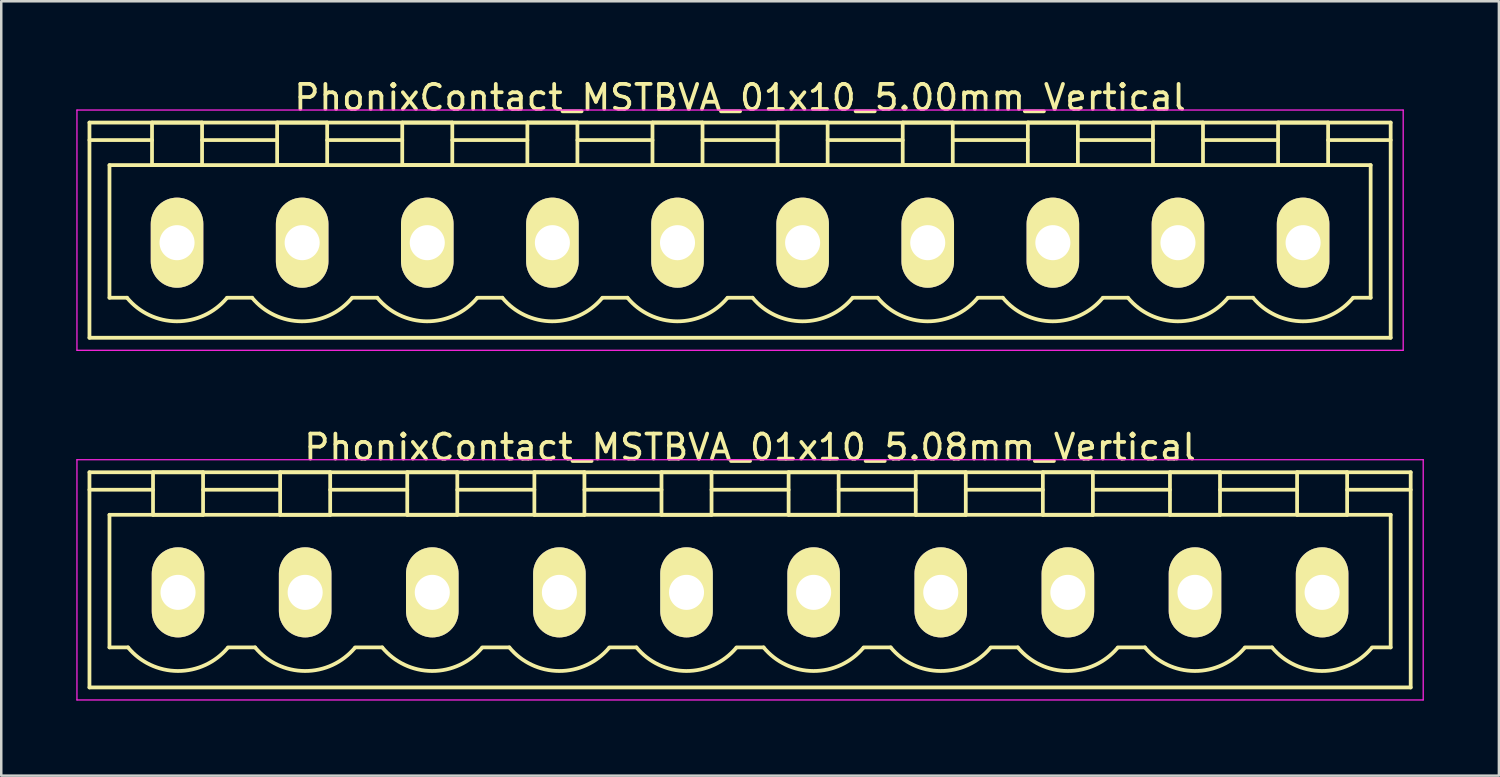
<source format=kicad_pcb>
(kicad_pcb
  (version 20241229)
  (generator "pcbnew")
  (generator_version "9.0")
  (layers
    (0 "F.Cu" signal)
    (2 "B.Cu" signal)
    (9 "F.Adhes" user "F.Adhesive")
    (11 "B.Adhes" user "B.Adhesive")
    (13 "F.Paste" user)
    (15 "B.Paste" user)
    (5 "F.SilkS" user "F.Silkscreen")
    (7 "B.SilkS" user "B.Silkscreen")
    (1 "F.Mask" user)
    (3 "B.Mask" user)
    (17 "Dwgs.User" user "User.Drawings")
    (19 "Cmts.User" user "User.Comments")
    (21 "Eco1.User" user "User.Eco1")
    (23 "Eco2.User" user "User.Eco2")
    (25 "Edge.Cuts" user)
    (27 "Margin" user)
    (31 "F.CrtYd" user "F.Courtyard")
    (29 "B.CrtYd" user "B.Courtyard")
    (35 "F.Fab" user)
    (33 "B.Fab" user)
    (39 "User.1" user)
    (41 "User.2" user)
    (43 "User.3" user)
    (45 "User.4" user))
  (footprint "PhonixContact_MSTBVA_01x10_5.08mm_Vertical"
    (layer "F.Cu")
    (at 4.065 20.622)
    (property "Reference" "PhonixContact_MSTBVA_01x10_5.08mm_Vertical" (at 22.86 -5.8 0) (layer "F.SilkS") (effects (font (size 1 1) (thickness 0.15))))
    (attr through_hole)
    (fp_line (start -3.54 -4.8) (end -3.54 3.8) (stroke (width 0.15) (type solid)) (layer "F.SilkS"))
    (fp_line (start -3.54 -4.1) (end -1 -4.1) (stroke (width 0.15) (type solid)) (layer "F.SilkS"))
    (fp_line (start -3.54 3.8) (end 49.26 3.8) (stroke (width 0.15) (type solid)) (layer "F.SilkS"))
    (fp_line (start -2.74 -3.1) (end 48.46 -3.1) (stroke (width 0.15) (type solid)) (layer "F.SilkS"))
    (fp_line (start -2.74 2.2) (end -2.74 -3.1) (stroke (width 0.15) (type solid)) (layer "F.SilkS"))
    (fp_line (start -2 2.2) (end -2.74 2.2) (stroke (width 0.15) (type solid)) (layer "F.SilkS"))
    (fp_line (start -1 -4.8) (end 1 -4.8) (stroke (width 0.15) (type solid)) (layer "F.SilkS"))
    (fp_line (start -1 -3.1) (end -1 -4.8) (stroke (width 0.15) (type solid)) (layer "F.SilkS"))
    (fp_line (start 1 -4.8) (end 1 -3.1) (stroke (width 0.15) (type solid)) (layer "F.SilkS"))
    (fp_line (start 1 -4.1) (end 4.08 -4.1) (stroke (width 0.15) (type solid)) (layer "F.SilkS"))
    (fp_line (start 1 -3.1) (end -1 -3.1) (stroke (width 0.15) (type solid)) (layer "F.SilkS"))
    (fp_line (start 2 2.2) (end 3.08 2.2) (stroke (width 0.15) (type solid)) (layer "F.SilkS"))
    (fp_line (start 4.08 -4.8) (end 6.08 -4.8) (stroke (width 0.15) (type solid)) (layer "F.SilkS"))
    (fp_line (start 4.08 -3.1) (end 4.08 -4.8) (stroke (width 0.15) (type solid)) (layer "F.SilkS"))
    (fp_line (start 6.08 -4.8) (end 6.08 -3.1) (stroke (width 0.15) (type solid)) (layer "F.SilkS"))
    (fp_line (start 6.08 -4.1) (end 9.16 -4.1) (stroke (width 0.15) (type solid)) (layer "F.SilkS"))
    (fp_line (start 6.08 -3.1) (end 4.08 -3.1) (stroke (width 0.15) (type solid)) (layer "F.SilkS"))
    (fp_line (start 7.08 2.2) (end 8.16 2.2) (stroke (width 0.15) (type solid)) (layer "F.SilkS"))
    (fp_line (start 9.16 -4.8) (end 11.16 -4.8) (stroke (width 0.15) (type solid)) (layer "F.SilkS"))
    (fp_line (start 9.16 -3.1) (end 9.16 -4.8) (stroke (width 0.15) (type solid)) (layer "F.SilkS"))
    (fp_line (start 11.16 -4.8) (end 11.16 -3.1) (stroke (width 0.15) (type solid)) (layer "F.SilkS"))
    (fp_line (start 11.16 -4.1) (end 14.24 -4.1) (stroke (width 0.15) (type solid)) (layer "F.SilkS"))
    (fp_line (start 11.16 -3.1) (end 9.16 -3.1) (stroke (width 0.15) (type solid)) (layer "F.SilkS"))
    (fp_line (start 12.16 2.2) (end 13.24 2.2) (stroke (width 0.15) (type solid)) (layer "F.SilkS"))
    (fp_line (start 14.24 -4.8) (end 16.24 -4.8) (stroke (width 0.15) (type solid)) (layer "F.SilkS"))
    (fp_line (start 14.24 -3.1) (end 14.24 -4.8) (stroke (width 0.15) (type solid)) (layer "F.SilkS"))
    (fp_line (start 16.24 -4.8) (end 16.24 -3.1) (stroke (width 0.15) (type solid)) (layer "F.SilkS"))
    (fp_line (start 16.24 -4.1) (end 19.32 -4.1) (stroke (width 0.15) (type solid)) (layer "F.SilkS"))
    (fp_line (start 16.24 -3.1) (end 14.24 -3.1) (stroke (width 0.15) (type solid)) (layer "F.SilkS"))
    (fp_line (start 17.24 2.2) (end 18.32 2.2) (stroke (width 0.15) (type solid)) (layer "F.SilkS"))
    (fp_line (start 19.32 -4.8) (end 21.32 -4.8) (stroke (width 0.15) (type solid)) (layer "F.SilkS"))
    (fp_line (start 19.32 -3.1) (end 19.32 -4.8) (stroke (width 0.15) (type solid)) (layer "F.SilkS"))
    (fp_line (start 21.32 -4.8) (end 21.32 -3.1) (stroke (width 0.15) (type solid)) (layer "F.SilkS"))
    (fp_line (start 21.32 -4.1) (end 24.4 -4.1) (stroke (width 0.15) (type solid)) (layer "F.SilkS"))
    (fp_line (start 21.32 -3.1) (end 19.32 -3.1) (stroke (width 0.15) (type solid)) (layer "F.SilkS"))
    (fp_line (start 22.32 2.2) (end 23.4 2.2) (stroke (width 0.15) (type solid)) (layer "F.SilkS"))
    (fp_line (start 24.4 -4.8) (end 26.4 -4.8) (stroke (width 0.15) (type solid)) (layer "F.SilkS"))
    (fp_line (start 24.4 -3.1) (end 24.4 -4.8) (stroke (width 0.15) (type solid)) (layer "F.SilkS"))
    (fp_line (start 26.4 -4.8) (end 26.4 -3.1) (stroke (width 0.15) (type solid)) (layer "F.SilkS"))
    (fp_line (start 26.4 -4.1) (end 29.48 -4.1) (stroke (width 0.15) (type solid)) (layer "F.SilkS"))
    (fp_line (start 26.4 -3.1) (end 24.4 -3.1) (stroke (width 0.15) (type solid)) (layer "F.SilkS"))
    (fp_line (start 27.4 2.2) (end 28.48 2.2) (stroke (width 0.15) (type solid)) (layer "F.SilkS"))
    (fp_line (start 29.48 -4.8) (end 31.48 -4.8) (stroke (width 0.15) (type solid)) (layer "F.SilkS"))
    (fp_line (start 29.48 -3.1) (end 29.48 -4.8) (stroke (width 0.15) (type solid)) (layer "F.SilkS"))
    (fp_line (start 31.48 -4.8) (end 31.48 -3.1) (stroke (width 0.15) (type solid)) (layer "F.SilkS"))
    (fp_line (start 31.48 -4.1) (end 34.56 -4.1) (stroke (width 0.15) (type solid)) (layer "F.SilkS"))
    (fp_line (start 31.48 -3.1) (end 29.48 -3.1) (stroke (width 0.15) (type solid)) (layer "F.SilkS"))
    (fp_line (start 32.48 2.2) (end 33.56 2.2) (stroke (width 0.15) (type solid)) (layer "F.SilkS"))
    (fp_line (start 34.56 -4.8) (end 36.56 -4.8) (stroke (width 0.15) (type solid)) (layer "F.SilkS"))
    (fp_line (start 34.56 -3.1) (end 34.56 -4.8) (stroke (width 0.15) (type solid)) (layer "F.SilkS"))
    (fp_line (start 36.56 -4.8) (end 36.56 -3.1) (stroke (width 0.15) (type solid)) (layer "F.SilkS"))
    (fp_line (start 36.56 -4.1) (end 39.64 -4.1) (stroke (width 0.15) (type solid)) (layer "F.SilkS"))
    (fp_line (start 36.56 -3.1) (end 34.56 -3.1) (stroke (width 0.15) (type solid)) (layer "F.SilkS"))
    (fp_line (start 37.56 2.2) (end 38.64 2.2) (stroke (width 0.15) (type solid)) (layer "F.SilkS"))
    (fp_line (start 39.64 -4.8) (end 41.64 -4.8) (stroke (width 0.15) (type solid)) (layer "F.SilkS"))
    (fp_line (start 39.64 -3.1) (end 39.64 -4.8) (stroke (width 0.15) (type solid)) (layer "F.SilkS"))
    (fp_line (start 41.64 -4.8) (end 41.64 -3.1) (stroke (width 0.15) (type solid)) (layer "F.SilkS"))
    (fp_line (start 41.64 -4.1) (end 44.72 -4.1) (stroke (width 0.15) (type solid)) (layer "F.SilkS"))
    (fp_line (start 41.64 -3.1) (end 39.64 -3.1) (stroke (width 0.15) (type solid)) (layer "F.SilkS"))
    (fp_line (start 42.64 2.2) (end 43.72 2.2) (stroke (width 0.15) (type solid)) (layer "F.SilkS"))
    (fp_line (start 44.72 -4.8) (end 46.72 -4.8) (stroke (width 0.15) (type solid)) (layer "F.SilkS"))
    (fp_line (start 44.72 -3.1) (end 44.72 -4.8) (stroke (width 0.15) (type solid)) (layer "F.SilkS"))
    (fp_line (start 46.72 -4.8) (end 46.72 -3.1) (stroke (width 0.15) (type solid)) (layer "F.SilkS"))
    (fp_line (start 46.72 -3.1) (end 44.72 -3.1) (stroke (width 0.15) (type solid)) (layer "F.SilkS"))
    (fp_line (start 48.46 -3.1) (end 48.46 2.2) (stroke (width 0.15) (type solid)) (layer "F.SilkS"))
    (fp_line (start 48.46 2.2) (end 47.72 2.2) (stroke (width 0.15) (type solid)) (layer "F.SilkS"))
    (fp_line (start 49.26 -4.8) (end -3.54 -4.8) (stroke (width 0.15) (type solid)) (layer "F.SilkS"))
    (fp_line (start 49.26 -4.1) (end 46.72 -4.1) (stroke (width 0.15) (type solid)) (layer "F.SilkS"))
    (fp_line (start 49.26 3.8) (end 49.26 -4.8) (stroke (width 0.15) (type solid)) (layer "F.SilkS"))
    (fp_arc (start 1.986842 2.215821) (mid -0.010289 3.142758) (end -2 2.2) (stroke (width 0.15) (type solid)) (layer "F.SilkS"))
    (fp_arc (start 7.066842 2.215821) (mid 5.069711 3.142758) (end 3.08 2.2) (stroke (width 0.15) (type solid)) (layer "F.SilkS"))
    (fp_arc (start 12.146842 2.215821) (mid 10.149711 3.142758) (end 8.16 2.2) (stroke (width 0.15) (type solid)) (layer "F.SilkS"))
    (fp_arc (start 17.226842 2.215821) (mid 15.229711 3.142758) (end 13.24 2.2) (stroke (width 0.15) (type solid)) (layer "F.SilkS"))
    (fp_arc (start 22.306842 2.215821) (mid 20.309711 3.142758) (end 18.32 2.2) (stroke (width 0.15) (type solid)) (layer "F.SilkS"))
    (fp_arc (start 27.386842 2.215821) (mid 25.389711 3.142758) (end 23.4 2.2) (stroke (width 0.15) (type solid)) (layer "F.SilkS"))
    (fp_arc (start 32.466842 2.215821) (mid 30.469711 3.142758) (end 28.48 2.2) (stroke (width 0.15) (type solid)) (layer "F.SilkS"))
    (fp_arc (start 37.546842 2.215821) (mid 35.549711 3.142758) (end 33.56 2.2) (stroke (width 0.15) (type solid)) (layer "F.SilkS"))
    (fp_arc (start 42.626842 2.215821) (mid 40.629711 3.142758) (end 38.64 2.2) (stroke (width 0.15) (type solid)) (layer "F.SilkS"))
    (fp_arc (start 47.706842 2.215821) (mid 45.709711 3.142758) (end 43.72 2.2) (stroke (width 0.15) (type solid)) (layer "F.SilkS"))
    (fp_line (start -4.04 -5.3) (end -4.04 4.3) (stroke (width 0.05) (type solid)) (layer "F.CrtYd"))
    (fp_line (start -4.04 4.3) (end 49.76 4.3) (stroke (width 0.05) (type solid)) (layer "F.CrtYd"))
    (fp_line (start 49.76 -5.3) (end -4.04 -5.3) (stroke (width 0.05) (type solid)) (layer "F.CrtYd"))
    (fp_line (start 49.76 4.3) (end 49.76 -5.3) (stroke (width 0.05) (type solid)) (layer "F.CrtYd"))
    (pad "1" thru_hole oval (at 0 0) (size 2.1 3.6) (drill 1.4) (layers "*.Cu" "*.Mask" "F.SilkS"))
    (pad "2" thru_hole oval (at 5.08 0) (size 2.1 3.6) (drill 1.4) (layers "*.Cu" "*.Mask" "F.SilkS"))
    (pad "3" thru_hole oval (at 10.16 0) (size 2.1 3.6) (drill 1.4) (layers "*.Cu" "*.Mask" "F.SilkS"))
    (pad "4" thru_hole oval (at 15.24 0) (size 2.1 3.6) (drill 1.4) (layers "*.Cu" "*.Mask" "F.SilkS"))
    (pad "5" thru_hole oval (at 20.32 0) (size 2.1 3.6) (drill 1.4) (layers "*.Cu" "*.Mask" "F.SilkS"))
    (pad "6" thru_hole oval (at 25.4 0) (size 2.1 3.6) (drill 1.4) (layers "*.Cu" "*.Mask" "F.SilkS"))
    (pad "7" thru_hole oval (at 30.48 0) (size 2.1 3.6) (drill 1.4) (layers "*.Cu" "*.Mask" "F.SilkS"))
    (pad "8" thru_hole oval (at 35.56 0) (size 2.1 3.6) (drill 1.4) (layers "*.Cu" "*.Mask" "F.SilkS"))
    (pad "9" thru_hole oval (at 40.64 0) (size 2.1 3.6) (drill 1.4) (layers "*.Cu" "*.Mask" "F.SilkS"))
    (pad "10" thru_hole oval (at 45.72 0) (size 2.1 3.6) (drill 1.4) (layers "*.Cu" "*.Mask" "F.SilkS")))
  (footprint "PhonixContact_MSTBVA_01x10_5.00mm_Vertical"
    (layer "F.Cu")
    (at 4.025 6.648)
    (property "Reference" "PhonixContact_MSTBVA_01x10_5.00mm_Vertical" (at 22.5 -5.8 0) (layer "F.SilkS") (effects (font (size 1 1) (thickness 0.15))))
    (attr through_hole)
    (fp_line (start -3.5 -4.8) (end -3.5 3.8) (stroke (width 0.15) (type solid)) (layer "F.SilkS"))
    (fp_line (start -3.5 -4.1) (end -1 -4.1) (stroke (width 0.15) (type solid)) (layer "F.SilkS"))
    (fp_line (start -3.5 3.8) (end 48.5 3.8) (stroke (width 0.15) (type solid)) (layer "F.SilkS"))
    (fp_line (start -2.7 -3.1) (end 47.7 -3.1) (stroke (width 0.15) (type solid)) (layer "F.SilkS"))
    (fp_line (start -2.7 2.2) (end -2.7 -3.1) (stroke (width 0.15) (type solid)) (layer "F.SilkS"))
    (fp_line (start -2 2.2) (end -2.7 2.2) (stroke (width 0.15) (type solid)) (layer "F.SilkS"))
    (fp_line (start -1 -4.8) (end 1 -4.8) (stroke (width 0.15) (type solid)) (layer "F.SilkS"))
    (fp_line (start -1 -3.1) (end -1 -4.8) (stroke (width 0.15) (type solid)) (layer "F.SilkS"))
    (fp_line (start 1 -4.8) (end 1 -3.1) (stroke (width 0.15) (type solid)) (layer "F.SilkS"))
    (fp_line (start 1 -4.1) (end 4 -4.1) (stroke (width 0.15) (type solid)) (layer "F.SilkS"))
    (fp_line (start 1 -3.1) (end -1 -3.1) (stroke (width 0.15) (type solid)) (layer "F.SilkS"))
    (fp_line (start 2 2.2) (end 3 2.2) (stroke (width 0.15) (type solid)) (layer "F.SilkS"))
    (fp_line (start 4 -4.8) (end 6 -4.8) (stroke (width 0.15) (type solid)) (layer "F.SilkS"))
    (fp_line (start 4 -3.1) (end 4 -4.8) (stroke (width 0.15) (type solid)) (layer "F.SilkS"))
    (fp_line (start 6 -4.8) (end 6 -3.1) (stroke (width 0.15) (type solid)) (layer "F.SilkS"))
    (fp_line (start 6 -4.1) (end 9 -4.1) (stroke (width 0.15) (type solid)) (layer "F.SilkS"))
    (fp_line (start 6 -3.1) (end 4 -3.1) (stroke (width 0.15) (type solid)) (layer "F.SilkS"))
    (fp_line (start 7 2.2) (end 8 2.2) (stroke (width 0.15) (type solid)) (layer "F.SilkS"))
    (fp_line (start 9 -4.8) (end 11 -4.8) (stroke (width 0.15) (type solid)) (layer "F.SilkS"))
    (fp_line (start 9 -3.1) (end 9 -4.8) (stroke (width 0.15) (type solid)) (layer "F.SilkS"))
    (fp_line (start 11 -4.8) (end 11 -3.1) (stroke (width 0.15) (type solid)) (layer "F.SilkS"))
    (fp_line (start 11 -4.1) (end 14 -4.1) (stroke (width 0.15) (type solid)) (layer "F.SilkS"))
    (fp_line (start 11 -3.1) (end 9 -3.1) (stroke (width 0.15) (type solid)) (layer "F.SilkS"))
    (fp_line (start 12 2.2) (end 13 2.2) (stroke (width 0.15) (type solid)) (layer "F.SilkS"))
    (fp_line (start 14 -4.8) (end 16 -4.8) (stroke (width 0.15) (type solid)) (layer "F.SilkS"))
    (fp_line (start 14 -3.1) (end 14 -4.8) (stroke (width 0.15) (type solid)) (layer "F.SilkS"))
    (fp_line (start 16 -4.8) (end 16 -3.1) (stroke (width 0.15) (type solid)) (layer "F.SilkS"))
    (fp_line (start 16 -4.1) (end 19 -4.1) (stroke (width 0.15) (type solid)) (layer "F.SilkS"))
    (fp_line (start 16 -3.1) (end 14 -3.1) (stroke (width 0.15) (type solid)) (layer "F.SilkS"))
    (fp_line (start 17 2.2) (end 18 2.2) (stroke (width 0.15) (type solid)) (layer "F.SilkS"))
    (fp_line (start 19 -4.8) (end 21 -4.8) (stroke (width 0.15) (type solid)) (layer "F.SilkS"))
    (fp_line (start 19 -3.1) (end 19 -4.8) (stroke (width 0.15) (type solid)) (layer "F.SilkS"))
    (fp_line (start 21 -4.8) (end 21 -3.1) (stroke (width 0.15) (type solid)) (layer "F.SilkS"))
    (fp_line (start 21 -4.1) (end 24 -4.1) (stroke (width 0.15) (type solid)) (layer "F.SilkS"))
    (fp_line (start 21 -3.1) (end 19 -3.1) (stroke (width 0.15) (type solid)) (layer "F.SilkS"))
    (fp_line (start 22 2.2) (end 23 2.2) (stroke (width 0.15) (type solid)) (layer "F.SilkS"))
    (fp_line (start 24 -4.8) (end 26 -4.8) (stroke (width 0.15) (type solid)) (layer "F.SilkS"))
    (fp_line (start 24 -3.1) (end 24 -4.8) (stroke (width 0.15) (type solid)) (layer "F.SilkS"))
    (fp_line (start 26 -4.8) (end 26 -3.1) (stroke (width 0.15) (type solid)) (layer "F.SilkS"))
    (fp_line (start 26 -4.1) (end 29 -4.1) (stroke (width 0.15) (type solid)) (layer "F.SilkS"))
    (fp_line (start 26 -3.1) (end 24 -3.1) (stroke (width 0.15) (type solid)) (layer "F.SilkS"))
    (fp_line (start 27 2.2) (end 28 2.2) (stroke (width 0.15) (type solid)) (layer "F.SilkS"))
    (fp_line (start 29 -4.8) (end 31 -4.8) (stroke (width 0.15) (type solid)) (layer "F.SilkS"))
    (fp_line (start 29 -3.1) (end 29 -4.8) (stroke (width 0.15) (type solid)) (layer "F.SilkS"))
    (fp_line (start 31 -4.8) (end 31 -3.1) (stroke (width 0.15) (type solid)) (layer "F.SilkS"))
    (fp_line (start 31 -4.1) (end 34 -4.1) (stroke (width 0.15) (type solid)) (layer "F.SilkS"))
    (fp_line (start 31 -3.1) (end 29 -3.1) (stroke (width 0.15) (type solid)) (layer "F.SilkS"))
    (fp_line (start 32 2.2) (end 33 2.2) (stroke (width 0.15) (type solid)) (layer "F.SilkS"))
    (fp_line (start 34 -4.8) (end 36 -4.8) (stroke (width 0.15) (type solid)) (layer "F.SilkS"))
    (fp_line (start 34 -3.1) (end 34 -4.8) (stroke (width 0.15) (type solid)) (layer "F.SilkS"))
    (fp_line (start 36 -4.8) (end 36 -3.1) (stroke (width 0.15) (type solid)) (layer "F.SilkS"))
    (fp_line (start 36 -4.1) (end 39 -4.1) (stroke (width 0.15) (type solid)) (layer "F.SilkS"))
    (fp_line (start 36 -3.1) (end 34 -3.1) (stroke (width 0.15) (type solid)) (layer "F.SilkS"))
    (fp_line (start 37 2.2) (end 38 2.2) (stroke (width 0.15) (type solid)) (layer "F.SilkS"))
    (fp_line (start 39 -4.8) (end 41 -4.8) (stroke (width 0.15) (type solid)) (layer "F.SilkS"))
    (fp_line (start 39 -3.1) (end 39 -4.8) (stroke (width 0.15) (type solid)) (layer "F.SilkS"))
    (fp_line (start 41 -4.8) (end 41 -3.1) (stroke (width 0.15) (type solid)) (layer "F.SilkS"))
    (fp_line (start 41 -4.1) (end 44 -4.1) (stroke (width 0.15) (type solid)) (layer "F.SilkS"))
    (fp_line (start 41 -3.1) (end 39 -3.1) (stroke (width 0.15) (type solid)) (layer "F.SilkS"))
    (fp_line (start 42 2.2) (end 43 2.2) (stroke (width 0.15) (type solid)) (layer "F.SilkS"))
    (fp_line (start 44 -4.8) (end 46 -4.8) (stroke (width 0.15) (type solid)) (layer "F.SilkS"))
    (fp_line (start 44 -3.1) (end 44 -4.8) (stroke (width 0.15) (type solid)) (layer "F.SilkS"))
    (fp_line (start 46 -4.8) (end 46 -3.1) (stroke (width 0.15) (type solid)) (layer "F.SilkS"))
    (fp_line (start 46 -3.1) (end 44 -3.1) (stroke (width 0.15) (type solid)) (layer "F.SilkS"))
    (fp_line (start 47.7 -3.1) (end 47.7 2.2) (stroke (width 0.15) (type solid)) (layer "F.SilkS"))
    (fp_line (start 47.7 2.2) (end 47 2.2) (stroke (width 0.15) (type solid)) (layer "F.SilkS"))
    (fp_line (start 48.5 -4.8) (end -3.5 -4.8) (stroke (width 0.15) (type solid)) (layer "F.SilkS"))
    (fp_line (start 48.5 -4.1) (end 46 -4.1) (stroke (width 0.15) (type solid)) (layer "F.SilkS"))
    (fp_line (start 48.5 3.8) (end 48.5 -4.8) (stroke (width 0.15) (type solid)) (layer "F.SilkS"))
    (fp_arc (start 1.986842 2.215821) (mid -0.010289 3.142758) (end -2 2.2) (stroke (width 0.15) (type solid)) (layer "F.SilkS"))
    (fp_arc (start 6.986842 2.215821) (mid 4.989711 3.142758) (end 3 2.2) (stroke (width 0.15) (type solid)) (layer "F.SilkS"))
    (fp_arc (start 11.986842 2.215821) (mid 9.989711 3.142758) (end 8 2.2) (stroke (width 0.15) (type solid)) (layer "F.SilkS"))
    (fp_arc (start 16.986842 2.215821) (mid 14.989711 3.142758) (end 13 2.2) (stroke (width 0.15) (type solid)) (layer "F.SilkS"))
    (fp_arc (start 21.986842 2.215821) (mid 19.989711 3.142758) (end 18 2.2) (stroke (width 0.15) (type solid)) (layer "F.SilkS"))
    (fp_arc (start 26.986842 2.215821) (mid 24.989711 3.142758) (end 23 2.2) (stroke (width 0.15) (type solid)) (layer "F.SilkS"))
    (fp_arc (start 31.986842 2.215821) (mid 29.989711 3.142758) (end 28 2.2) (stroke (width 0.15) (type solid)) (layer "F.SilkS"))
    (fp_arc (start 36.986842 2.215821) (mid 34.989711 3.142758) (end 33 2.2) (stroke (width 0.15) (type solid)) (layer "F.SilkS"))
    (fp_arc (start 41.986842 2.215821) (mid 39.989711 3.142758) (end 38 2.2) (stroke (width 0.15) (type solid)) (layer "F.SilkS"))
    (fp_arc (start 46.986842 2.215821) (mid 44.989711 3.142758) (end 43 2.2) (stroke (width 0.15) (type solid)) (layer "F.SilkS"))
    (fp_line (start -4 -5.3) (end -4 4.3) (stroke (width 0.05) (type solid)) (layer "F.CrtYd"))
    (fp_line (start -4 4.3) (end 49 4.3) (stroke (width 0.05) (type solid)) (layer "F.CrtYd"))
    (fp_line (start 49 -5.3) (end -4 -5.3) (stroke (width 0.05) (type solid)) (layer "F.CrtYd"))
    (fp_line (start 49 4.3) (end 49 -5.3) (stroke (width 0.05) (type solid)) (layer "F.CrtYd"))
    (pad "1" thru_hole oval (at 0 0) (size 2.1 3.6) (drill 1.4) (layers "*.Cu" "*.Mask" "F.SilkS"))
    (pad "2" thru_hole oval (at 5 0) (size 2.1 3.6) (drill 1.4) (layers "*.Cu" "*.Mask" "F.SilkS"))
    (pad "3" thru_hole oval (at 10 0) (size 2.1 3.6) (drill 1.4) (layers "*.Cu" "*.Mask" "F.SilkS"))
    (pad "4" thru_hole oval (at 15 0) (size 2.1 3.6) (drill 1.4) (layers "*.Cu" "*.Mask" "F.SilkS"))
    (pad "5" thru_hole oval (at 20 0) (size 2.1 3.6) (drill 1.4) (layers "*.Cu" "*.Mask" "F.SilkS"))
    (pad "6" thru_hole oval (at 25 0) (size 2.1 3.6) (drill 1.4) (layers "*.Cu" "*.Mask" "F.SilkS"))
    (pad "7" thru_hole oval (at 30 0) (size 2.1 3.6) (drill 1.4) (layers "*.Cu" "*.Mask" "F.SilkS"))
    (pad "8" thru_hole oval (at 35 0) (size 2.1 3.6) (drill 1.4) (layers "*.Cu" "*.Mask" "F.SilkS"))
    (pad "9" thru_hole oval (at 40 0) (size 2.1 3.6) (drill 1.4) (layers "*.Cu" "*.Mask" "F.SilkS"))
    (pad "10" thru_hole oval (at 45 0) (size 2.1 3.6) (drill 1.4) (layers "*.Cu" "*.Mask" "F.SilkS")))
  (gr_rect
    (start -3 -3)
    (end 56.85 27.947)
    (stroke (width 0.1) (type default))
    (fill no)
    (layer "Edge.Cuts")))
</source>
